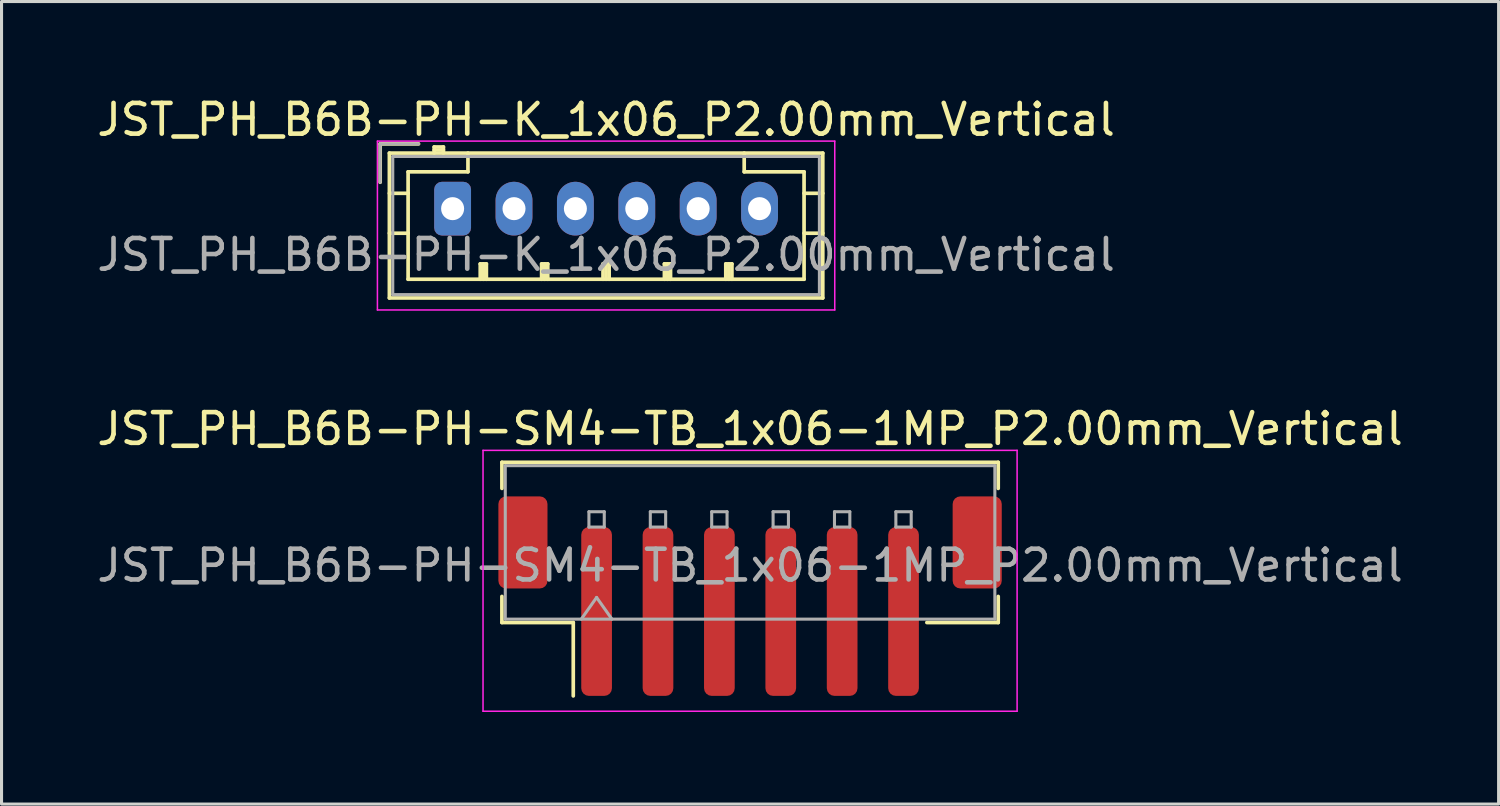
<source format=kicad_pcb>
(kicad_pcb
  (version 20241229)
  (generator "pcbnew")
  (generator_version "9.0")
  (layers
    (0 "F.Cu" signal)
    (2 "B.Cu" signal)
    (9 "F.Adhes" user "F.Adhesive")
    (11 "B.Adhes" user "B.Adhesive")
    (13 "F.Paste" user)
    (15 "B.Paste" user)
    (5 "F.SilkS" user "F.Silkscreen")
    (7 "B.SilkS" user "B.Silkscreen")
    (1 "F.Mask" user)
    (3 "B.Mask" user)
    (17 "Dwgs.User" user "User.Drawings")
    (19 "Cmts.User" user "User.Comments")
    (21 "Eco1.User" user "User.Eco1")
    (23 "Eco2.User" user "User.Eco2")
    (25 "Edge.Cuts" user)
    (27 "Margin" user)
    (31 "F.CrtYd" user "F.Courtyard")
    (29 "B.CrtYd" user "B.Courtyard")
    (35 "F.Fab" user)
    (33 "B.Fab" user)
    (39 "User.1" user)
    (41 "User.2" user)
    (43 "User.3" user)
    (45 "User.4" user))
  (footprint "JST_PH_B6B-PH-SM4-TB_1x06-1MP_P2.00mm_Vertical"
    (layer "F.Cu")
    (at 21.387 16.372)
    (property "Reference" "JST_PH_B6B-PH-SM4-TB_1x06-1MP_P2.00mm_Vertical" (at 0 -5.45 0) (layer "F.SilkS") (effects (font (size 1 1) (thickness 0.15))))
    (attr smd)
    (fp_line (start -8.085 -4.36) (end 8.085 -4.36) (stroke (width 0.12) (type solid)) (layer "F.SilkS"))
    (fp_line (start -8.085 -3.51) (end -8.085 -4.36) (stroke (width 0.12) (type solid)) (layer "F.SilkS"))
    (fp_line (start -8.085 0.01) (end -8.085 0.86) (stroke (width 0.12) (type solid)) (layer "F.SilkS"))
    (fp_line (start -8.085 0.86) (end -5.76 0.86) (stroke (width 0.12) (type solid)) (layer "F.SilkS"))
    (fp_line (start -5.76 0.86) (end -5.76 3.25) (stroke (width 0.12) (type solid)) (layer "F.SilkS"))
    (fp_line (start 8.085 -4.36) (end 8.085 -3.51) (stroke (width 0.12) (type solid)) (layer "F.SilkS"))
    (fp_line (start 8.085 0.01) (end 8.085 0.86) (stroke (width 0.12) (type solid)) (layer "F.SilkS"))
    (fp_line (start 8.085 0.86) (end 5.76 0.86) (stroke (width 0.12) (type solid)) (layer "F.SilkS"))
    (fp_line (start -8.7 -4.75) (end -8.7 3.75) (stroke (width 0.05) (type solid)) (layer "F.CrtYd"))
    (fp_line (start -8.7 3.75) (end 8.7 3.75) (stroke (width 0.05) (type solid)) (layer "F.CrtYd"))
    (fp_line (start 8.7 -4.75) (end -8.7 -4.75) (stroke (width 0.05) (type solid)) (layer "F.CrtYd"))
    (fp_line (start 8.7 3.75) (end 8.7 -4.75) (stroke (width 0.05) (type solid)) (layer "F.CrtYd"))
    (fp_line (start -7.975 -4.25) (end 7.975 -4.25) (stroke (width 0.1) (type solid)) (layer "F.Fab"))
    (fp_line (start -7.975 0.75) (end -7.975 -4.25) (stroke (width 0.1) (type solid)) (layer "F.Fab"))
    (fp_line (start -7.975 0.75) (end 7.975 0.75) (stroke (width 0.1) (type solid)) (layer "F.Fab"))
    (fp_line (start -5.5 0.75) (end -5 0.043) (stroke (width 0.1) (type solid)) (layer "F.Fab"))
    (fp_line (start -5.25 -2.75) (end -5.25 -2.25) (stroke (width 0.1) (type solid)) (layer "F.Fab"))
    (fp_line (start -5.25 -2.25) (end -4.75 -2.25) (stroke (width 0.1) (type solid)) (layer "F.Fab"))
    (fp_line (start -5 0.043) (end -4.5 0.75) (stroke (width 0.1) (type solid)) (layer "F.Fab"))
    (fp_line (start -4.75 -2.75) (end -5.25 -2.75) (stroke (width 0.1) (type solid)) (layer "F.Fab"))
    (fp_line (start -4.75 -2.25) (end -4.75 -2.75) (stroke (width 0.1) (type solid)) (layer "F.Fab"))
    (fp_line (start -3.25 -2.75) (end -3.25 -2.25) (stroke (width 0.1) (type solid)) (layer "F.Fab"))
    (fp_line (start -3.25 -2.25) (end -2.75 -2.25) (stroke (width 0.1) (type solid)) (layer "F.Fab"))
    (fp_line (start -2.75 -2.75) (end -3.25 -2.75) (stroke (width 0.1) (type solid)) (layer "F.Fab"))
    (fp_line (start -2.75 -2.25) (end -2.75 -2.75) (stroke (width 0.1) (type solid)) (layer "F.Fab"))
    (fp_line (start -1.25 -2.75) (end -1.25 -2.25) (stroke (width 0.1) (type solid)) (layer "F.Fab"))
    (fp_line (start -1.25 -2.25) (end -0.75 -2.25) (stroke (width 0.1) (type solid)) (layer "F.Fab"))
    (fp_line (start -0.75 -2.75) (end -1.25 -2.75) (stroke (width 0.1) (type solid)) (layer "F.Fab"))
    (fp_line (start -0.75 -2.25) (end -0.75 -2.75) (stroke (width 0.1) (type solid)) (layer "F.Fab"))
    (fp_line (start 0.75 -2.75) (end 0.75 -2.25) (stroke (width 0.1) (type solid)) (layer "F.Fab"))
    (fp_line (start 0.75 -2.25) (end 1.25 -2.25) (stroke (width 0.1) (type solid)) (layer "F.Fab"))
    (fp_line (start 1.25 -2.75) (end 0.75 -2.75) (stroke (width 0.1) (type solid)) (layer "F.Fab"))
    (fp_line (start 1.25 -2.25) (end 1.25 -2.75) (stroke (width 0.1) (type solid)) (layer "F.Fab"))
    (fp_line (start 2.75 -2.75) (end 2.75 -2.25) (stroke (width 0.1) (type solid)) (layer "F.Fab"))
    (fp_line (start 2.75 -2.25) (end 3.25 -2.25) (stroke (width 0.1) (type solid)) (layer "F.Fab"))
    (fp_line (start 3.25 -2.75) (end 2.75 -2.75) (stroke (width 0.1) (type solid)) (layer "F.Fab"))
    (fp_line (start 3.25 -2.25) (end 3.25 -2.75) (stroke (width 0.1) (type solid)) (layer "F.Fab"))
    (fp_line (start 4.75 -2.75) (end 4.75 -2.25) (stroke (width 0.1) (type solid)) (layer "F.Fab"))
    (fp_line (start 4.75 -2.25) (end 5.25 -2.25) (stroke (width 0.1) (type solid)) (layer "F.Fab"))
    (fp_line (start 5.25 -2.75) (end 4.75 -2.75) (stroke (width 0.1) (type solid)) (layer "F.Fab"))
    (fp_line (start 5.25 -2.25) (end 5.25 -2.75) (stroke (width 0.1) (type solid)) (layer "F.Fab"))
    (fp_line (start 7.975 0.75) (end 7.975 -4.25) (stroke (width 0.1) (type solid)) (layer "F.Fab"))
    (fp_text user "${REFERENCE}" (at 0 -1 0) (layer "F.Fab") (effects (font (size 1 1) (thickness 0.15))))
    (pad "1" smd roundrect (at -5 0.5) (size 1 5.5) (layers "F.Cu" "F.Mask" "F.Paste") (roundrect_rratio 0.25))
    (pad "2" smd roundrect (at -3 0.5) (size 1 5.5) (layers "F.Cu" "F.Mask" "F.Paste") (roundrect_rratio 0.25))
    (pad "3" smd roundrect (at -1 0.5) (size 1 5.5) (layers "F.Cu" "F.Mask" "F.Paste") (roundrect_rratio 0.25))
    (pad "4" smd roundrect (at 1 0.5) (size 1 5.5) (layers "F.Cu" "F.Mask" "F.Paste") (roundrect_rratio 0.25))
    (pad "5" smd roundrect (at 3 0.5) (size 1 5.5) (layers "F.Cu" "F.Mask" "F.Paste") (roundrect_rratio 0.25))
    (pad "6" smd roundrect (at 5 0.5) (size 1 5.5) (layers "F.Cu" "F.Mask" "F.Paste") (roundrect_rratio 0.25))
    (pad "MP" smd roundrect (at -7.4 -1.75) (size 1.6 3) (layers "F.Cu" "F.Mask" "F.Paste") (roundrect_rratio 0.156))
    (pad "MP" smd roundrect (at 7.4 -1.75) (size 1.6 3) (layers "F.Cu" "F.Mask" "F.Paste") (roundrect_rratio 0.156)))
  (footprint "JST_PH_B6B-PH-K_1x06_P2.00mm_Vertical"
    (layer "F.Cu")
    (at 11.696 3.748)
    (property "Reference" "JST_PH_B6B-PH-K_1x06_P2.00mm_Vertical" (at 5 -2.9 0) (layer "F.SilkS") (effects (font (size 1 1) (thickness 0.15))))
    (attr through_hole)
    (fp_line (start -2.36 -2.11) (end -2.36 -0.86) (stroke (width 0.12) (type solid)) (layer "F.SilkS"))
    (fp_line (start -2.06 -1.81) (end -2.06 2.91) (stroke (width 0.12) (type solid)) (layer "F.SilkS"))
    (fp_line (start -2.06 -0.5) (end -1.45 -0.5) (stroke (width 0.12) (type solid)) (layer "F.SilkS"))
    (fp_line (start -2.06 0.8) (end -1.45 0.8) (stroke (width 0.12) (type solid)) (layer "F.SilkS"))
    (fp_line (start -2.06 2.91) (end 12.06 2.91) (stroke (width 0.12) (type solid)) (layer "F.SilkS"))
    (fp_line (start -1.45 -1.2) (end -1.45 2.3) (stroke (width 0.12) (type solid)) (layer "F.SilkS"))
    (fp_line (start -1.45 2.3) (end 11.45 2.3) (stroke (width 0.12) (type solid)) (layer "F.SilkS"))
    (fp_line (start -1.11 -2.11) (end -2.36 -2.11) (stroke (width 0.12) (type solid)) (layer "F.SilkS"))
    (fp_line (start -0.6 -2.01) (end -0.6 -1.81) (stroke (width 0.12) (type solid)) (layer "F.SilkS"))
    (fp_line (start -0.3 -2.01) (end -0.6 -2.01) (stroke (width 0.12) (type solid)) (layer "F.SilkS"))
    (fp_line (start -0.3 -1.91) (end -0.6 -1.91) (stroke (width 0.12) (type solid)) (layer "F.SilkS"))
    (fp_line (start -0.3 -1.81) (end -0.3 -2.01) (stroke (width 0.12) (type solid)) (layer "F.SilkS"))
    (fp_line (start 0.5 -1.81) (end 0.5 -1.2) (stroke (width 0.12) (type solid)) (layer "F.SilkS"))
    (fp_line (start 0.5 -1.2) (end -1.45 -1.2) (stroke (width 0.12) (type solid)) (layer "F.SilkS"))
    (fp_line (start 0.9 1.8) (end 1.1 1.8) (stroke (width 0.12) (type solid)) (layer "F.SilkS"))
    (fp_line (start 0.9 2.3) (end 0.9 1.8) (stroke (width 0.12) (type solid)) (layer "F.SilkS"))
    (fp_line (start 1 2.3) (end 1 1.8) (stroke (width 0.12) (type solid)) (layer "F.SilkS"))
    (fp_line (start 1.1 1.8) (end 1.1 2.3) (stroke (width 0.12) (type solid)) (layer "F.SilkS"))
    (fp_line (start 2.9 1.8) (end 3.1 1.8) (stroke (width 0.12) (type solid)) (layer "F.SilkS"))
    (fp_line (start 2.9 2.3) (end 2.9 1.8) (stroke (width 0.12) (type solid)) (layer "F.SilkS"))
    (fp_line (start 3 2.3) (end 3 1.8) (stroke (width 0.12) (type solid)) (layer "F.SilkS"))
    (fp_line (start 3.1 1.8) (end 3.1 2.3) (stroke (width 0.12) (type solid)) (layer "F.SilkS"))
    (fp_line (start 4.9 1.8) (end 5.1 1.8) (stroke (width 0.12) (type solid)) (layer "F.SilkS"))
    (fp_line (start 4.9 2.3) (end 4.9 1.8) (stroke (width 0.12) (type solid)) (layer "F.SilkS"))
    (fp_line (start 5 2.3) (end 5 1.8) (stroke (width 0.12) (type solid)) (layer "F.SilkS"))
    (fp_line (start 5.1 1.8) (end 5.1 2.3) (stroke (width 0.12) (type solid)) (layer "F.SilkS"))
    (fp_line (start 6.9 1.8) (end 7.1 1.8) (stroke (width 0.12) (type solid)) (layer "F.SilkS"))
    (fp_line (start 6.9 2.3) (end 6.9 1.8) (stroke (width 0.12) (type solid)) (layer "F.SilkS"))
    (fp_line (start 7 2.3) (end 7 1.8) (stroke (width 0.12) (type solid)) (layer "F.SilkS"))
    (fp_line (start 7.1 1.8) (end 7.1 2.3) (stroke (width 0.12) (type solid)) (layer "F.SilkS"))
    (fp_line (start 8.9 1.8) (end 9.1 1.8) (stroke (width 0.12) (type solid)) (layer "F.SilkS"))
    (fp_line (start 8.9 2.3) (end 8.9 1.8) (stroke (width 0.12) (type solid)) (layer "F.SilkS"))
    (fp_line (start 9 2.3) (end 9 1.8) (stroke (width 0.12) (type solid)) (layer "F.SilkS"))
    (fp_line (start 9.1 1.8) (end 9.1 2.3) (stroke (width 0.12) (type solid)) (layer "F.SilkS"))
    (fp_line (start 9.5 -1.2) (end 9.5 -1.81) (stroke (width 0.12) (type solid)) (layer "F.SilkS"))
    (fp_line (start 11.45 -1.2) (end 9.5 -1.2) (stroke (width 0.12) (type solid)) (layer "F.SilkS"))
    (fp_line (start 11.45 2.3) (end 11.45 -1.2) (stroke (width 0.12) (type solid)) (layer "F.SilkS"))
    (fp_line (start 12.06 -1.81) (end -2.06 -1.81) (stroke (width 0.12) (type solid)) (layer "F.SilkS"))
    (fp_line (start 12.06 -0.5) (end 11.45 -0.5) (stroke (width 0.12) (type solid)) (layer "F.SilkS"))
    (fp_line (start 12.06 0.8) (end 11.45 0.8) (stroke (width 0.12) (type solid)) (layer "F.SilkS"))
    (fp_line (start 12.06 2.91) (end 12.06 -1.81) (stroke (width 0.12) (type solid)) (layer "F.SilkS"))
    (fp_line (start -2.45 -2.2) (end -2.45 3.3) (stroke (width 0.05) (type solid)) (layer "F.CrtYd"))
    (fp_line (start -2.45 3.3) (end 12.45 3.3) (stroke (width 0.05) (type solid)) (layer "F.CrtYd"))
    (fp_line (start 12.45 -2.2) (end -2.45 -2.2) (stroke (width 0.05) (type solid)) (layer "F.CrtYd"))
    (fp_line (start 12.45 3.3) (end 12.45 -2.2) (stroke (width 0.05) (type solid)) (layer "F.CrtYd"))
    (fp_line (start -2.36 -2.11) (end -2.36 -0.86) (stroke (width 0.1) (type solid)) (layer "F.Fab"))
    (fp_line (start -1.95 -1.7) (end -1.95 2.8) (stroke (width 0.1) (type solid)) (layer "F.Fab"))
    (fp_line (start -1.95 2.8) (end 11.95 2.8) (stroke (width 0.1) (type solid)) (layer "F.Fab"))
    (fp_line (start -1.11 -2.11) (end -2.36 -2.11) (stroke (width 0.1) (type solid)) (layer "F.Fab"))
    (fp_line (start 11.95 -1.7) (end -1.95 -1.7) (stroke (width 0.1) (type solid)) (layer "F.Fab"))
    (fp_line (start 11.95 2.8) (end 11.95 -1.7) (stroke (width 0.1) (type solid)) (layer "F.Fab"))
    (fp_text user "${REFERENCE}" (at 5 1.5 0) (layer "F.Fab") (effects (font (size 1 1) (thickness 0.15))))
    (pad "1" thru_hole roundrect (at 0 0) (size 1.2 1.75) (drill 0.75) (layers "*.Cu" "*.Mask") (roundrect_rratio 0.208))
    (pad "2" thru_hole oval (at 2 0) (size 1.2 1.75) (drill 0.75) (layers "*.Cu" "*.Mask"))
    (pad "3" thru_hole oval (at 4 0) (size 1.2 1.75) (drill 0.75) (layers "*.Cu" "*.Mask"))
    (pad "4" thru_hole oval (at 6 0) (size 1.2 1.75) (drill 0.75) (layers "*.Cu" "*.Mask"))
    (pad "5" thru_hole oval (at 8 0) (size 1.2 1.75) (drill 0.75) (layers "*.Cu" "*.Mask"))
    (pad "6" thru_hole oval (at 10 0) (size 1.2 1.75) (drill 0.75) (layers "*.Cu" "*.Mask")))
  (gr_rect
    (start -3 -3)
    (end 45.774 23.146)
    (stroke (width 0.1) (type default))
    (fill no)
    (layer "Edge.Cuts")))
</source>
